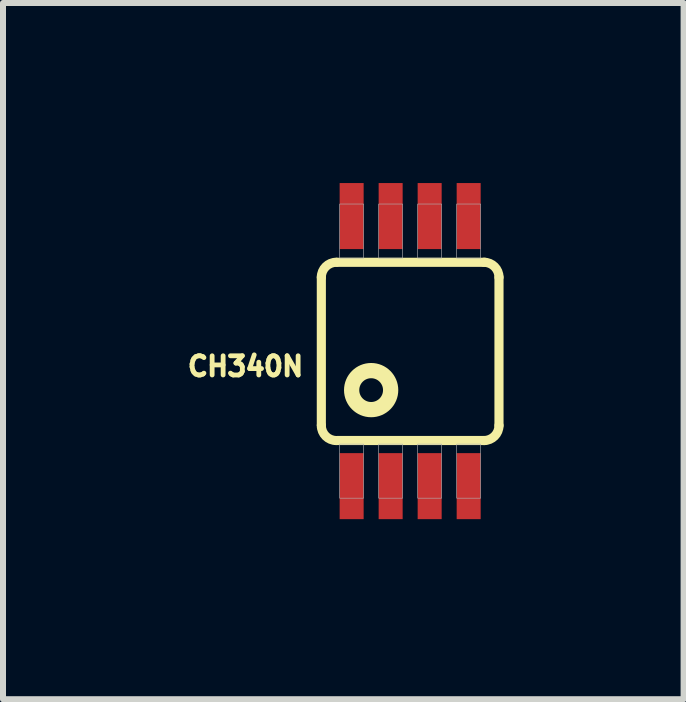
<source format=kicad_pcb>
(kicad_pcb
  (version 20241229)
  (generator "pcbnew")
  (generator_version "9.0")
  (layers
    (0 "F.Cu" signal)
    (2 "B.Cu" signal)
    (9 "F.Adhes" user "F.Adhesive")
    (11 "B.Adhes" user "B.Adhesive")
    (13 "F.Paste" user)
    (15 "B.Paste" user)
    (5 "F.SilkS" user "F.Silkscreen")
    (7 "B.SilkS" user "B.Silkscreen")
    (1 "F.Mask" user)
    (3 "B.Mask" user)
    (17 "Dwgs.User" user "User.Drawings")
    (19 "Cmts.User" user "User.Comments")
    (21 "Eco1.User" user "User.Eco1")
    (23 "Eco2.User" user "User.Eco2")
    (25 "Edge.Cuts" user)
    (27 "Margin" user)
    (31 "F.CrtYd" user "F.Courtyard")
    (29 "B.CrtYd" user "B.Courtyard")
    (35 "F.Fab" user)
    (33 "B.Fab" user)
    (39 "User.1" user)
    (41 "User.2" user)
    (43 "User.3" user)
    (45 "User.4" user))
  (footprint "CH340N"
    (layer "F.Cu")
    (at 3.784 2.8)
    (property "Reference" "CH340N" (at -2.743 0.254 180) (layer "F.SilkS") (effects (font (size 0.32 0.32) (thickness 0.15))))
    (attr smd)
    (fp_line (start -1.48 -1.23) (end -1.48 1.23) (stroke (width 0.152) (type solid)) (layer "F.SilkS"))
    (fp_line (start -1.22 -1.48) (end 1.24 -1.48) (stroke (width 0.152) (type solid)) (layer "F.SilkS"))
    (fp_line (start 1.24 1.49) (end -1.22 1.49) (stroke (width 0.152) (type solid)) (layer "F.SilkS"))
    (fp_line (start 1.48 1.24) (end 1.48 -1.23) (stroke (width 0.152) (type solid)) (layer "F.SilkS"))
    (fp_arc (start -1.48 -1.23) (mid -1.406777 -1.406777) (end -1.23 -1.48) (stroke (width 0.1524) (type solid)) (layer "F.SilkS"))
    (fp_arc (start -1.23 1.49) (mid -1.406777 1.416777) (end -1.48 1.24) (stroke (width 0.1524) (type solid)) (layer "F.SilkS"))
    (fp_arc (start 1.23 -1.48) (mid 1.406777 -1.406777) (end 1.48 -1.23) (stroke (width 0.1524) (type solid)) (layer "F.SilkS"))
    (fp_arc (start 1.48 1.24) (mid 1.406777 1.416777) (end 1.23 1.49) (stroke (width 0.1524) (type solid)) (layer "F.SilkS"))
    (fp_circle (center -0.65 0.65) (end -0.325 0.65) (stroke (width 0.254) (type solid)) (fill no) (layer "F.SilkS"))
    (fp_poly (pts (xy -1.175 -2.45) (xy -0.775 -2.45) (xy -0.775 -1.55) (xy -1.175 -1.55)) (stroke (width 0.01) (type solid)) (fill no) (layer "F.Fab"))
    (fp_poly (pts (xy -1.175 1.55) (xy -0.775 1.55) (xy -0.775 2.45) (xy -1.175 2.45)) (stroke (width 0.01) (type solid)) (fill no) (layer "F.Fab"))
    (fp_poly (pts (xy -0.525 -2.45) (xy -0.125 -2.45) (xy -0.125 -1.55) (xy -0.525 -1.55)) (stroke (width 0.01) (type solid)) (fill no) (layer "F.Fab"))
    (fp_poly (pts (xy -0.525 1.55) (xy -0.125 1.55) (xy -0.125 2.45) (xy -0.525 2.45)) (stroke (width 0.01) (type solid)) (fill no) (layer "F.Fab"))
    (fp_poly (pts (xy 0.125 -2.45) (xy 0.525 -2.45) (xy 0.525 -1.55) (xy 0.125 -1.55)) (stroke (width 0.01) (type solid)) (fill no) (layer "F.Fab"))
    (fp_poly (pts (xy 0.125 1.55) (xy 0.525 1.55) (xy 0.525 2.45) (xy 0.125 2.45)) (stroke (width 0.01) (type solid)) (fill no) (layer "F.Fab"))
    (fp_poly (pts (xy 0.775 -2.45) (xy 1.175 -2.45) (xy 1.175 -1.55) (xy 0.775 -1.55)) (stroke (width 0.01) (type solid)) (fill no) (layer "F.Fab"))
    (fp_poly (pts (xy 0.775 1.55) (xy 1.175 1.55) (xy 1.175 2.45) (xy 0.775 2.45)) (stroke (width 0.01) (type solid)) (fill no) (layer "F.Fab"))
    (pad "1" smd rect (at -0.975 2.25) (size 0.4 1.1) (layers "F.Cu" "F.Mask" "F.Paste"))
    (pad "2" smd rect (at -0.325 2.25) (size 0.4 1.1) (layers "F.Cu" "F.Mask" "F.Paste"))
    (pad "3" smd rect (at 0.325 2.25) (size 0.4 1.1) (layers "F.Cu" "F.Mask" "F.Paste"))
    (pad "4" smd rect (at 0.975 2.25) (size 0.4 1.1) (layers "F.Cu" "F.Mask" "F.Paste"))
    (pad "5" smd rect (at 0.975 -2.25) (size 0.4 1.1) (layers "F.Cu" "F.Mask" "F.Paste"))
    (pad "6" smd rect (at 0.325 -2.25) (size 0.4 1.1) (layers "F.Cu" "F.Mask" "F.Paste"))
    (pad "7" smd rect (at -0.325 -2.25) (size 0.4 1.1) (layers "F.Cu" "F.Mask" "F.Paste"))
    (pad "8" smd rect (at -0.975 -2.25) (size 0.4 1.1) (layers "F.Cu" "F.Mask" "F.Paste")))
  (gr_rect
    (start -3 -3)
    (end 8.34 8.6)
    (stroke (width 0.1) (type default))
    (fill no)
    (layer "Edge.Cuts")))
</source>
